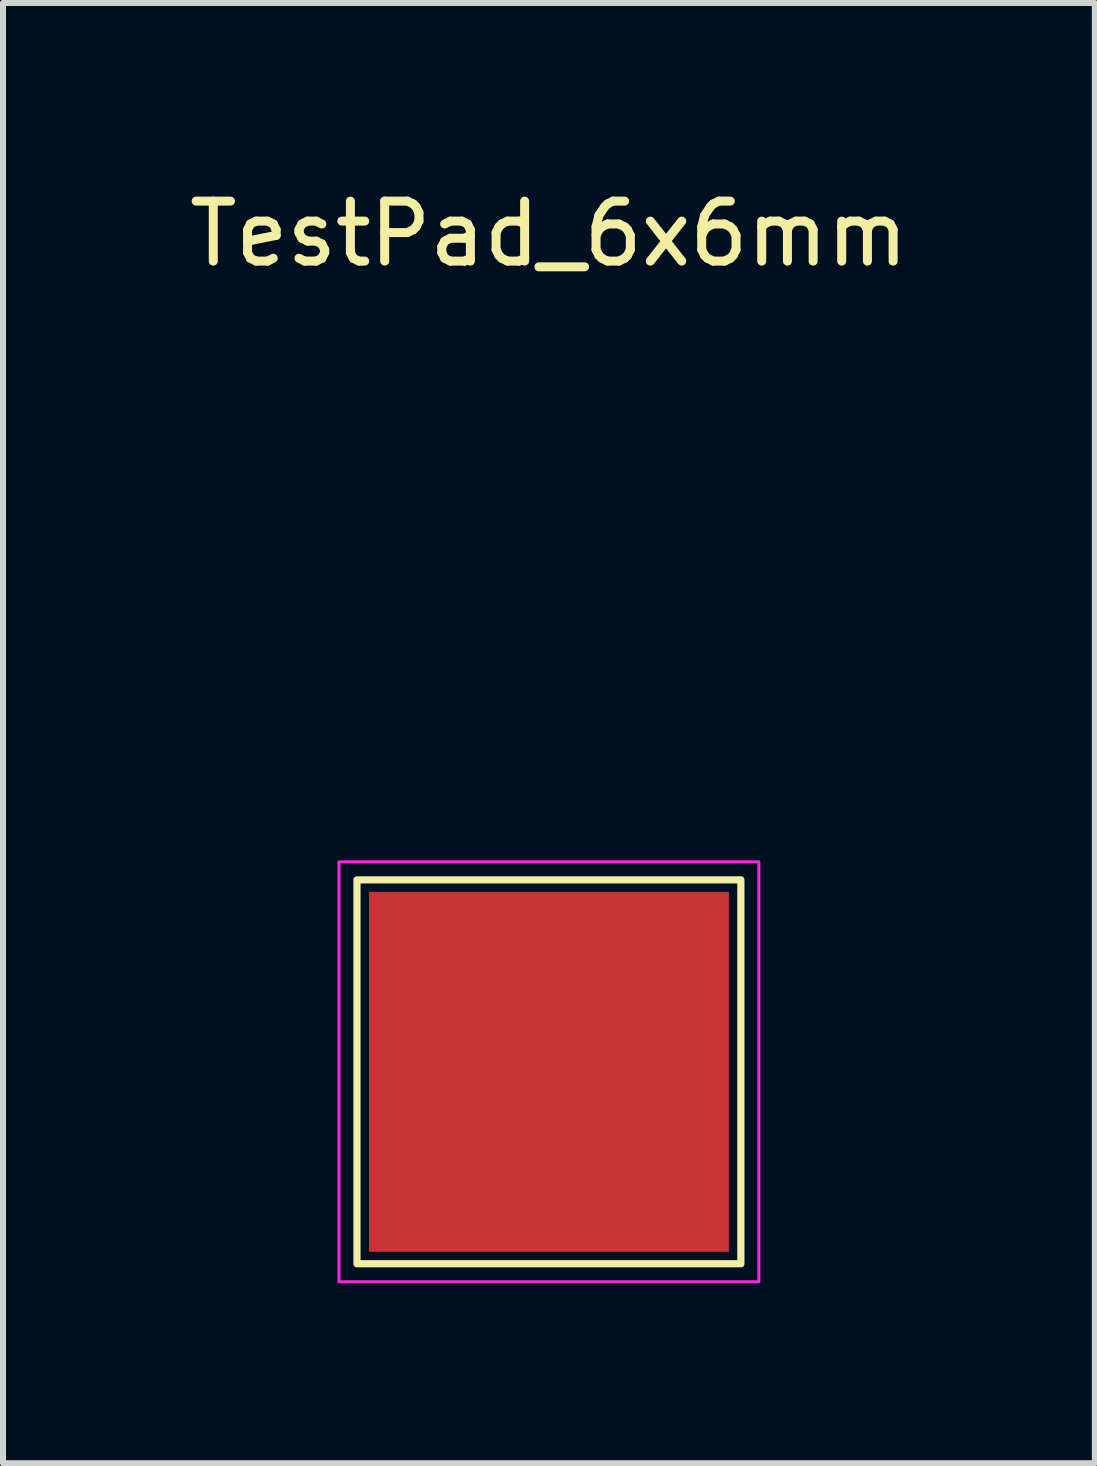
<source format=kicad_pcb>
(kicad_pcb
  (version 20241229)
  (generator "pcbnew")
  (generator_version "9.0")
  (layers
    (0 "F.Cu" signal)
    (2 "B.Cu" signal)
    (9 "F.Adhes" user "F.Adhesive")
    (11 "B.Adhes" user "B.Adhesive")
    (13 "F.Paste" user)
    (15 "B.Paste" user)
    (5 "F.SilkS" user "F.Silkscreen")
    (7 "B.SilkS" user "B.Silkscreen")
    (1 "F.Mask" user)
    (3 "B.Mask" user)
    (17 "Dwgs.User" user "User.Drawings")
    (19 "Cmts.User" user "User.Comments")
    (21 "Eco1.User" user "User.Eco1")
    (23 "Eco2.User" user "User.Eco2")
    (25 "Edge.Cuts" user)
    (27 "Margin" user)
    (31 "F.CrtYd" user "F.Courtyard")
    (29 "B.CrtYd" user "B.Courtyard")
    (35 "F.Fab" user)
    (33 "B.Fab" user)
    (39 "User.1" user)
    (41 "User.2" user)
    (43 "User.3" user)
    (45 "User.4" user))
  (footprint "TestPad_6x6mm"
    (layer "F.Cu")
    (at 6.101 14.818)
    (property "Reference" "TestPad_6x6mm" (at 0 -13.97 0) (unlocked yes) (layer "F.SilkS") (effects (font (size 1 1) (thickness 0.15))))
    (attr smd)
    (fp_rect (start -3.2 -3.2) (end 3.2 3.2) (stroke (width 0.12) (type solid)) (fill no) (layer "F.SilkS"))
    (fp_rect (start -3.5 -3.5) (end 3.5 3.5) (stroke (width 0.05) (type solid)) (fill no) (layer "F.CrtYd"))
    (pad "1" smd rect (at 0 0) (size 6 6) (layers "F.Cu" "F.Mask" "F.Paste")))
  (gr_rect
    (start -3 -3)
    (end 15.202 21.343)
    (stroke (width 0.1) (type default))
    (fill no)
    (layer "Edge.Cuts")))
</source>
